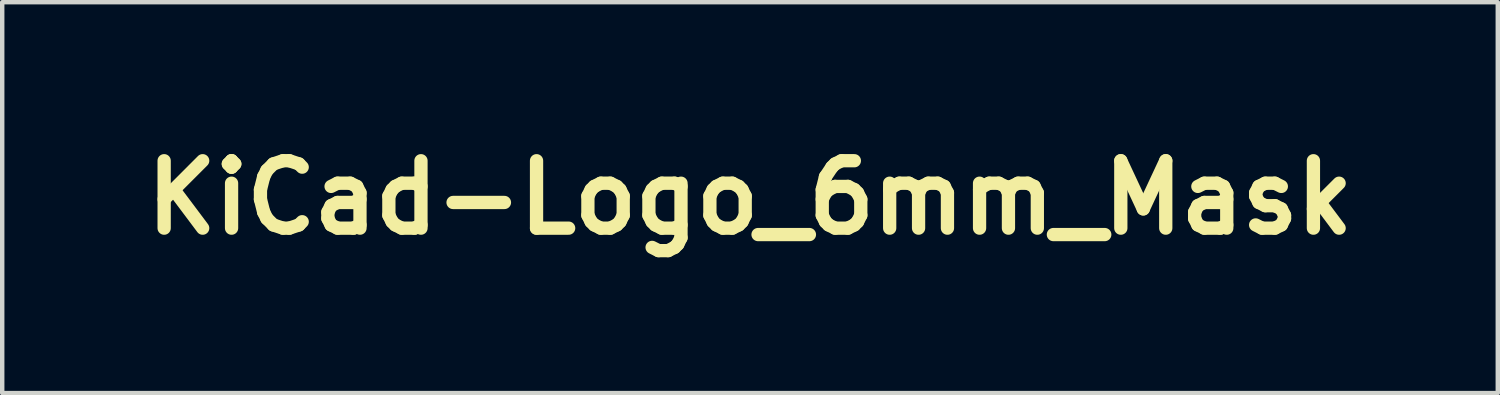
<source format=kicad_pcb>
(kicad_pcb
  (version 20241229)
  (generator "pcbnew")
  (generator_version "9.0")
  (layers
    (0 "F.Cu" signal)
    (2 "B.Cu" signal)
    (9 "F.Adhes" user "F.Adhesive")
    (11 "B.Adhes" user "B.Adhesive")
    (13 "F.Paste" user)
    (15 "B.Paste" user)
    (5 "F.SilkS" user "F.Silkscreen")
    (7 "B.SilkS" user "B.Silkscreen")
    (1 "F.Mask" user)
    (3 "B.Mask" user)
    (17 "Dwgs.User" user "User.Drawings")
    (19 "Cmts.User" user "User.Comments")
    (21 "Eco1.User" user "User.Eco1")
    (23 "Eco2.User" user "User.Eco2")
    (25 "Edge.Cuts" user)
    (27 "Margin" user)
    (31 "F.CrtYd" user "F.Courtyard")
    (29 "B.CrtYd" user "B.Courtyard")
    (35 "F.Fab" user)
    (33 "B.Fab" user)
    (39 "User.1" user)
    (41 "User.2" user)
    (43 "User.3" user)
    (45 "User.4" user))
  (footprint "KiCad-Logo_6mm_Mask"
    (layer "F.Cu")
    (at 13.905 1.418)
    (property "Reference" "KiCad-Logo_6mm_Mask" (at 0 0 0) (layer "F.SilkS") (effects (font (size 1.524 1.524) (thickness 0.3))))
    (attr board_only exclude_from_pos_files exclude_from_bom)
    (fp_poly (pts (xy -1.115 -1.176) (xy -1.104 -1.175) (xy -1.095 -1.175) (xy -1.088 -1.174) (xy -1.082 -1.173) (xy -1.074 -1.172) (xy -1.065 -1.169) (xy -1.064 -1.169) (xy -1.037 -1.16) (xy -1.012 -1.149) (xy -0.989 -1.135) (xy -0.969 -1.119) (xy -0.951 -1.099) (xy -0.935 -1.078) (xy -0.922 -1.055) (xy -0.91 -1.028) (xy -0.902 -1.002) (xy -0.897 -0.975) (xy -0.896 -0.948) (xy -0.898 -0.922) (xy -0.903 -0.896) (xy -0.911 -0.871) (xy -0.923 -0.847) (xy -0.938 -0.824) (xy -0.956 -0.802) (xy -0.957 -0.8) (xy -0.976 -0.782) (xy -0.997 -0.767) (xy -1.019 -0.753) (xy -1.042 -0.743) (xy -1.067 -0.735) (xy -1.092 -0.729) (xy -1.116 -0.727) (xy -1.139 -0.728) (xy -1.147 -0.729) (xy -1.153 -0.73) (xy -1.159 -0.731) (xy -1.164 -0.732) (xy -1.17 -0.734) (xy -1.177 -0.736) (xy -1.187 -0.739) (xy -1.191 -0.74) (xy -1.215 -0.75) (xy -1.236 -0.761) (xy -1.255 -0.774) (xy -1.273 -0.79) (xy -1.275 -0.792) (xy -1.284 -0.801) (xy -1.293 -0.812) (xy -1.302 -0.824) (xy -1.311 -0.836) (xy -1.318 -0.847) (xy -1.324 -0.856) (xy -1.324 -0.857) (xy -1.333 -0.877) (xy -1.339 -0.896) (xy -1.341 -0.91) (xy -1.342 -0.921) (xy -1.343 -0.935) (xy -1.343 -0.951) (xy -1.342 -0.966) (xy -1.341 -0.982) (xy -1.34 -0.996) (xy -1.338 -1.008) (xy -1.338 -1.008) (xy -1.332 -1.03) (xy -1.322 -1.052) (xy -1.309 -1.074) (xy -1.293 -1.094) (xy -1.274 -1.115) (xy -1.266 -1.121) (xy -1.247 -1.137) (xy -1.228 -1.15) (xy -1.208 -1.159) (xy -1.193 -1.165) (xy -1.179 -1.169) (xy -1.166 -1.172) (xy -1.153 -1.174) (xy -1.138 -1.175) (xy -1.121 -1.176)) (stroke (width 0) (type solid)) (fill yes) (layer "F.Mask"))
    (fp_poly (pts (xy 0.154 -0.733) (xy 0.195 -0.729) (xy 0.222 -0.725) (xy 0.248 -0.72) (xy 0.274 -0.714) (xy 0.301 -0.707) (xy 0.328 -0.699) (xy 0.356 -0.689) (xy 0.385 -0.678) (xy 0.416 -0.665) (xy 0.449 -0.651) (xy 0.484 -0.634) (xy 0.5 -0.627) (xy 0.513 -0.621) (xy 0.526 -0.615) (xy 0.539 -0.609) (xy 0.55 -0.604) (xy 0.561 -0.6) (xy 0.569 -0.597) (xy 0.575 -0.595) (xy 0.579 -0.594) (xy 0.579 -0.594) (xy 0.582 -0.592) (xy 0.583 -0.591) (xy 0.584 -0.589) (xy 0.583 -0.586) (xy 0.581 -0.58) (xy 0.58 -0.579) (xy 0.577 -0.575) (xy 0.573 -0.568) (xy 0.568 -0.559) (xy 0.56 -0.548) (xy 0.552 -0.535) (xy 0.543 -0.521) (xy 0.532 -0.506) (xy 0.521 -0.489) (xy 0.51 -0.472) (xy 0.498 -0.455) (xy 0.486 -0.437) (xy 0.475 -0.42) (xy 0.463 -0.402) (xy 0.452 -0.386) (xy 0.441 -0.37) (xy 0.431 -0.356) (xy 0.422 -0.343) (xy 0.414 -0.332) (xy 0.408 -0.322) (xy 0.403 -0.315) (xy 0.399 -0.311) (xy 0.399 -0.31) (xy 0.396 -0.308) (xy 0.394 -0.307) (xy 0.391 -0.308) (xy 0.386 -0.31) (xy 0.381 -0.315) (xy 0.373 -0.321) (xy 0.371 -0.323) (xy 0.35 -0.341) (xy 0.33 -0.356) (xy 0.312 -0.37) (xy 0.294 -0.381) (xy 0.276 -0.39) (xy 0.259 -0.398) (xy 0.241 -0.404) (xy 0.234 -0.406) (xy 0.205 -0.414) (xy 0.173 -0.419) (xy 0.14 -0.422) (xy 0.139 -0.422) (xy 0.13 -0.422) (xy 0.122 -0.422) (xy 0.114 -0.422) (xy 0.105 -0.421) (xy 0.093 -0.419) (xy 0.088 -0.418) (xy 0.056 -0.412) (xy 0.025 -0.403) (xy -0.003 -0.392) (xy -0.029 -0.377) (xy -0.054 -0.36) (xy -0.077 -0.34) (xy -0.098 -0.317) (xy -0.117 -0.291) (xy -0.134 -0.263) (xy -0.151 -0.231) (xy -0.166 -0.197) (xy -0.179 -0.16) (xy -0.19 -0.122) (xy -0.199 -0.081) (xy -0.206 -0.038) (xy -0.212 0.008) (xy -0.215 0.041) (xy -0.217 0.087) (xy -0.217 0.134) (xy -0.215 0.18) (xy -0.211 0.225) (xy -0.205 0.27) (xy -0.198 0.312) (xy -0.188 0.353) (xy -0.176 0.392) (xy -0.171 0.407) (xy -0.166 0.42) (xy -0.162 0.43) (xy -0.158 0.44) (xy -0.154 0.449) (xy -0.149 0.458) (xy -0.143 0.468) (xy -0.136 0.48) (xy -0.116 0.509) (xy -0.095 0.535) (xy -0.072 0.559) (xy -0.047 0.58) (xy -0.02 0.598) (xy 0.008 0.614) (xy 0.036 0.625) (xy 0.047 0.629) (xy 0.056 0.632) (xy 0.064 0.634) (xy 0.073 0.636) (xy 0.083 0.638) (xy 0.093 0.639) (xy 0.109 0.641) (xy 0.122 0.642) (xy 0.131 0.643) (xy 0.135 0.643) (xy 0.141 0.642) (xy 0.15 0.641) (xy 0.159 0.641) (xy 0.169 0.64) (xy 0.177 0.639) (xy 0.184 0.638) (xy 0.19 0.638) (xy 0.195 0.637) (xy 0.201 0.635) (xy 0.209 0.634) (xy 0.218 0.631) (xy 0.226 0.629) (xy 0.253 0.62) (xy 0.28 0.609) (xy 0.307 0.595) (xy 0.335 0.578) (xy 0.361 0.559) (xy 0.387 0.538) (xy 0.412 0.516) (xy 0.413 0.515) (xy 0.419 0.509) (xy 0.423 0.506) (xy 0.426 0.504) (xy 0.428 0.504) (xy 0.429 0.504) (xy 0.43 0.506) (xy 0.433 0.51) (xy 0.437 0.517) (xy 0.443 0.526) (xy 0.449 0.536) (xy 0.457 0.549) (xy 0.466 0.563) (xy 0.475 0.578) (xy 0.485 0.594) (xy 0.495 0.611) (xy 0.506 0.628) (xy 0.516 0.645) (xy 0.527 0.662) (xy 0.537 0.679) (xy 0.547 0.695) (xy 0.556 0.711) (xy 0.564 0.725) (xy 0.572 0.738) (xy 0.579 0.749) (xy 0.58 0.752) (xy 0.586 0.761) (xy 0.591 0.77) (xy 0.596 0.778) (xy 0.599 0.784) (xy 0.602 0.787) (xy 0.602 0.787) (xy 0.604 0.792) (xy 0.605 0.794) (xy 0.604 0.797) (xy 0.603 0.798) (xy 0.6 0.801) (xy 0.594 0.806) (xy 0.585 0.811) (xy 0.573 0.818) (xy 0.559 0.826) (xy 0.542 0.835) (xy 0.523 0.845) (xy 0.501 0.856) (xy 0.497 0.858) (xy 0.475 0.87) (xy 0.455 0.879) (xy 0.437 0.888) (xy 0.421 0.895) (xy 0.406 0.901) (xy 0.392 0.907) (xy 0.378 0.912) (xy 0.365 0.917) (xy 0.351 0.921) (xy 0.338 0.925) (xy 0.297 0.935) (xy 0.256 0.943) (xy 0.215 0.949) (xy 0.172 0.953) (xy 0.128 0.954) (xy 0.111 0.954) (xy 0.096 0.954) (xy 0.08 0.954) (xy 0.064 0.954) (xy 0.048 0.953) (xy 0.035 0.953) (xy 0.027 0.953) (xy 0.015 0.952) (xy 0.005 0.951) (xy -0.005 0.95) (xy -0.014 0.949) (xy -0.023 0.948) (xy -0.035 0.946) (xy -0.046 0.943) (xy -0.082 0.935) (xy -0.119 0.924) (xy -0.157 0.91) (xy -0.194 0.895) (xy -0.23 0.878) (xy -0.246 0.869) (xy -0.261 0.861) (xy -0.274 0.853) (xy -0.287 0.845) (xy -0.299 0.837) (xy -0.311 0.828) (xy -0.324 0.817) (xy -0.339 0.805) (xy -0.343 0.801) (xy -0.373 0.774) (xy -0.403 0.744) (xy -0.432 0.712) (xy -0.459 0.677) (xy -0.484 0.641) (xy -0.502 0.614) (xy -0.51 0.6) (xy -0.519 0.585) (xy -0.528 0.568) (xy -0.537 0.551) (xy -0.545 0.535) (xy -0.553 0.519) (xy -0.56 0.505) (xy -0.562 0.5) (xy -0.567 0.489) (xy -0.572 0.476) (xy -0.577 0.461) (xy -0.582 0.444) (xy -0.588 0.426) (xy -0.593 0.408) (xy -0.597 0.395) (xy -0.61 0.344) (xy -0.619 0.291) (xy -0.627 0.237) (xy -0.631 0.182) (xy -0.633 0.127) (xy -0.632 0.072) (xy -0.629 0.017) (xy -0.623 -0.038) (xy -0.615 -0.091) (xy -0.604 -0.144) (xy -0.59 -0.195) (xy -0.574 -0.244) (xy -0.568 -0.26) (xy -0.549 -0.305) (xy -0.526 -0.349) (xy -0.501 -0.391) (xy -0.472 -0.432) (xy -0.441 -0.472) (xy -0.406 -0.51) (xy -0.369 -0.546) (xy -0.328 -0.581) (xy -0.298 -0.604) (xy -0.261 -0.63) (xy -0.221 -0.653) (xy -0.18 -0.673) (xy -0.137 -0.691) (xy -0.093 -0.706) (xy -0.048 -0.718) (xy -0.017 -0.724) (xy 0.024 -0.73) (xy 0.067 -0.734) (xy 0.111 -0.735)) (stroke (width 0) (type solid)) (fill yes) (layer "F.Mask"))
    (fp_poly (pts (xy 2.682 -0.811) (xy 2.717 -0.811) (xy 2.734 -0.811) (xy 2.952 -0.81) (xy 2.953 -0.039) (xy 2.953 0.023) (xy 2.953 0.082) (xy 2.953 0.138) (xy 2.953 0.19) (xy 2.953 0.24) (xy 2.954 0.286) (xy 2.954 0.33) (xy 2.954 0.371) (xy 2.954 0.41) (xy 2.954 0.446) (xy 2.954 0.479) (xy 2.954 0.51) (xy 2.954 0.539) (xy 2.954 0.566) (xy 2.954 0.591) (xy 2.954 0.614) (xy 2.955 0.635) (xy 2.955 0.654) (xy 2.955 0.672) (xy 2.955 0.688) (xy 2.955 0.703) (xy 2.955 0.716) (xy 2.956 0.728) (xy 2.956 0.739) (xy 2.956 0.749) (xy 2.956 0.758) (xy 2.957 0.766) (xy 2.957 0.774) (xy 2.957 0.78) (xy 2.958 0.787) (xy 2.958 0.792) (xy 2.958 0.798) (xy 2.959 0.803) (xy 2.959 0.808) (xy 2.96 0.813) (xy 2.96 0.818) (xy 2.961 0.823) (xy 2.961 0.825) (xy 2.962 0.837) (xy 2.963 0.847) (xy 2.965 0.856) (xy 2.967 0.864) (xy 2.97 0.872) (xy 2.974 0.881) (xy 2.979 0.891) (xy 2.986 0.903) (xy 2.993 0.916) (xy 2.997 0.923) (xy 2.999 0.929) (xy 3 0.932) (xy 3 0.933) (xy 2.998 0.933) (xy 2.993 0.933) (xy 2.984 0.933) (xy 2.973 0.933) (xy 2.959 0.934) (xy 2.942 0.934) (xy 2.922 0.934) (xy 2.9 0.934) (xy 2.876 0.934) (xy 2.849 0.934) (xy 2.821 0.934) (xy 2.792 0.934) (xy 2.587 0.933) (xy 2.587 0.908) (xy 2.587 0.894) (xy 2.586 0.881) (xy 2.586 0.87) (xy 2.585 0.86) (xy 2.585 0.852) (xy 2.584 0.847) (xy 2.583 0.845) (xy 2.583 0.845) (xy 2.581 0.846) (xy 2.577 0.849) (xy 2.572 0.853) (xy 2.572 0.854) (xy 2.562 0.861) (xy 2.551 0.87) (xy 2.539 0.878) (xy 2.527 0.886) (xy 2.515 0.894) (xy 2.504 0.9) (xy 2.495 0.905) (xy 2.491 0.907) (xy 2.486 0.909) (xy 2.48 0.912) (xy 2.474 0.915) (xy 2.449 0.926) (xy 2.426 0.934) (xy 2.402 0.941) (xy 2.378 0.946) (xy 2.358 0.949) (xy 2.349 0.95) (xy 2.337 0.95) (xy 2.323 0.951) (xy 2.308 0.952) (xy 2.292 0.952) (xy 2.276 0.952) (xy 2.26 0.952) (xy 2.246 0.952) (xy 2.234 0.952) (xy 2.224 0.951) (xy 2.222 0.951) (xy 2.209 0.95) (xy 2.195 0.946) (xy 2.178 0.942) (xy 2.161 0.937) (xy 2.143 0.932) (xy 2.126 0.925) (xy 2.109 0.919) (xy 2.102 0.916) (xy 2.068 0.899) (xy 2.037 0.879) (xy 2.006 0.856) (xy 1.978 0.831) (xy 1.952 0.803) (xy 1.928 0.772) (xy 1.906 0.738) (xy 1.886 0.702) (xy 1.867 0.663) (xy 1.854 0.628) (xy 1.843 0.594) (xy 1.834 0.558) (xy 1.827 0.519) (xy 1.821 0.479) (xy 1.818 0.436) (xy 1.816 0.393) (xy 1.816 0.354) (xy 2.217 0.354) (xy 2.218 0.379) (xy 2.218 0.402) (xy 2.219 0.425) (xy 2.22 0.445) (xy 2.222 0.462) (xy 2.223 0.47) (xy 2.224 0.476) (xy 2.226 0.485) (xy 2.228 0.495) (xy 2.231 0.506) (xy 2.233 0.514) (xy 2.241 0.54) (xy 2.251 0.563) (xy 2.262 0.584) (xy 2.275 0.603) (xy 2.289 0.618) (xy 2.299 0.627) (xy 2.306 0.632) (xy 2.311 0.636) (xy 2.317 0.639) (xy 2.323 0.642) (xy 2.331 0.645) (xy 2.335 0.647) (xy 2.35 0.651) (xy 2.367 0.654) (xy 2.385 0.655) (xy 2.406 0.654) (xy 2.413 0.653) (xy 2.436 0.649) (xy 2.458 0.644) (xy 2.478 0.638) (xy 2.499 0.629) (xy 2.52 0.618) (xy 2.543 0.604) (xy 2.545 0.602) (xy 2.565 0.59) (xy 2.565 0.317) (xy 2.565 0.044) (xy 2.55 0.034) (xy 2.526 0.02) (xy 2.502 0.008) (xy 2.48 -0.001) (xy 2.457 -0.007) (xy 2.436 -0.011) (xy 2.415 -0.013) (xy 2.394 -0.013) (xy 2.373 -0.01) (xy 2.354 -0.006) (xy 2.337 0.000497) (xy 2.336 0.001) (xy 2.322 0.009) (xy 2.309 0.02) (xy 2.295 0.033) (xy 2.283 0.048) (xy 2.271 0.065) (xy 2.269 0.069) (xy 2.26 0.087) (xy 2.251 0.108) (xy 2.243 0.132) (xy 2.236 0.157) (xy 2.23 0.182) (xy 2.226 0.208) (xy 2.223 0.233) (xy 2.221 0.255) (xy 2.219 0.278) (xy 2.218 0.303) (xy 2.218 0.328) (xy 2.217 0.354) (xy 1.816 0.354) (xy 1.816 0.35) (xy 1.817 0.325) (xy 1.817 0.303) (xy 1.818 0.284) (xy 1.819 0.266) (xy 1.821 0.248) (xy 1.822 0.231) (xy 1.824 0.214) (xy 1.825 0.208) (xy 1.829 0.173) (xy 1.835 0.138) (xy 1.843 0.103) (xy 1.852 0.069) (xy 1.861 0.036) (xy 1.872 0.005) (xy 1.883 -0.023) (xy 1.886 -0.03) (xy 1.903 -0.064) (xy 1.921 -0.096) (xy 1.94 -0.125) (xy 1.961 -0.152) (xy 1.984 -0.177) (xy 2.008 -0.2) (xy 2.019 -0.209) (xy 2.027 -0.216) (xy 2.034 -0.222) (xy 2.041 -0.227) (xy 2.049 -0.232) (xy 2.057 -0.237) (xy 2.067 -0.242) (xy 2.077 -0.248) (xy 2.107 -0.263) (xy 2.139 -0.276) (xy 2.171 -0.286) (xy 2.203 -0.292) (xy 2.232 -0.296) (xy 2.263 -0.297) (xy 2.295 -0.298) (xy 2.326 -0.296) (xy 2.356 -0.294) (xy 2.384 -0.29) (xy 2.4 -0.287) (xy 2.429 -0.28) (xy 2.455 -0.272) (xy 2.478 -0.263) (xy 2.5 -0.252) (xy 2.521 -0.239) (xy 2.531 -0.232) (xy 2.538 -0.227) (xy 2.545 -0.222) (xy 2.551 -0.217) (xy 2.555 -0.215) (xy 2.559 -0.212) (xy 2.562 -0.211) (xy 2.563 -0.211) (xy 2.563 -0.213) (xy 2.563 -0.218) (xy 2.563 -0.226) (xy 2.563 -0.237) (xy 2.563 -0.25) (xy 2.564 -0.265) (xy 2.564 -0.282) (xy 2.564 -0.3) (xy 2.564 -0.32) (xy 2.564 -0.342) (xy 2.564 -0.363) (xy 2.564 -0.386) (xy 2.564 -0.409) (xy 2.564 -0.432) (xy 2.564 -0.455) (xy 2.564 -0.477) (xy 2.564 -0.498) (xy 2.564 -0.519) (xy 2.563 -0.538) (xy 2.563 -0.556) (xy 2.563 -0.573) (xy 2.563 -0.587) (xy 2.563 -0.597) (xy 2.562 -0.623) (xy 2.562 -0.646) (xy 2.561 -0.666) (xy 2.56 -0.683) (xy 2.558 -0.698) (xy 2.557 -0.711) (xy 2.555 -0.723) (xy 2.553 -0.733) (xy 2.55 -0.742) (xy 2.548 -0.748) (xy 2.545 -0.756) (xy 2.54 -0.766) (xy 2.535 -0.776) (xy 2.529 -0.787) (xy 2.523 -0.796) (xy 2.52 -0.8) (xy 2.517 -0.805) (xy 2.515 -0.808) (xy 2.515 -0.809) (xy 2.517 -0.81) (xy 2.522 -0.81) (xy 2.53 -0.81) (xy 2.541 -0.81) (xy 2.556 -0.81) (xy 2.575 -0.81) (xy 2.596 -0.811) (xy 2.621 -0.811) (xy 2.65 -0.811)) (stroke (width 0) (type solid)) (fill yes) (layer "F.Mask"))
    (fp_poly (pts (xy 1.201 -0.299) (xy 1.219 -0.299) (xy 1.235 -0.298) (xy 1.24 -0.298) (xy 1.281 -0.295) (xy 1.32 -0.29) (xy 1.356 -0.284) (xy 1.389 -0.276) (xy 1.421 -0.266) (xy 1.439 -0.259) (xy 1.472 -0.245) (xy 1.502 -0.228) (xy 1.53 -0.209) (xy 1.555 -0.188) (xy 1.577 -0.165) (xy 1.597 -0.14) (xy 1.615 -0.112) (xy 1.63 -0.082) (xy 1.643 -0.049) (xy 1.646 -0.039) (xy 1.65 -0.029) (xy 1.653 -0.018) (xy 1.656 -0.008) (xy 1.659 0.002) (xy 1.661 0.012) (xy 1.664 0.023) (xy 1.666 0.034) (xy 1.667 0.045) (xy 1.669 0.057) (xy 1.671 0.071) (xy 1.672 0.085) (xy 1.673 0.101) (xy 1.674 0.118) (xy 1.675 0.137) (xy 1.676 0.158) (xy 1.677 0.18) (xy 1.677 0.205) (xy 1.678 0.233) (xy 1.678 0.262) (xy 1.679 0.295) (xy 1.679 0.33) (xy 1.68 0.368) (xy 1.68 0.41) (xy 1.68 0.423) (xy 1.68 0.464) (xy 1.681 0.502) (xy 1.681 0.536) (xy 1.681 0.568) (xy 1.682 0.598) (xy 1.682 0.624) (xy 1.682 0.648) (xy 1.683 0.67) (xy 1.683 0.69) (xy 1.683 0.708) (xy 1.683 0.724) (xy 1.684 0.739) (xy 1.684 0.752) (xy 1.684 0.764) (xy 1.685 0.775) (xy 1.685 0.785) (xy 1.685 0.795) (xy 1.686 0.804) (xy 1.686 0.807) (xy 1.687 0.825) (xy 1.688 0.84) (xy 1.689 0.852) (xy 1.691 0.862) (xy 1.693 0.871) (xy 1.696 0.879) (xy 1.699 0.885) (xy 1.703 0.892) (xy 1.707 0.899) (xy 1.709 0.9) (xy 1.714 0.908) (xy 1.718 0.915) (xy 1.722 0.921) (xy 1.724 0.925) (xy 1.724 0.928) (xy 1.724 0.929) (xy 1.723 0.929) (xy 1.72 0.93) (xy 1.716 0.93) (xy 1.71 0.931) (xy 1.703 0.931) (xy 1.693 0.931) (xy 1.682 0.932) (xy 1.668 0.932) (xy 1.652 0.932) (xy 1.633 0.932) (xy 1.611 0.933) (xy 1.587 0.933) (xy 1.56 0.933) (xy 1.529 0.933) (xy 1.499 0.934) (xy 1.316 0.935) (xy 1.315 0.914) (xy 1.315 0.903) (xy 1.314 0.89) (xy 1.314 0.878) (xy 1.314 0.872) (xy 1.314 0.864) (xy 1.313 0.857) (xy 1.313 0.851) (xy 1.312 0.849) (xy 1.311 0.848) (xy 1.309 0.849) (xy 1.304 0.852) (xy 1.298 0.857) (xy 1.297 0.857) (xy 1.279 0.872) (xy 1.258 0.886) (xy 1.236 0.899) (xy 1.214 0.911) (xy 1.192 0.922) (xy 1.171 0.931) (xy 1.166 0.932) (xy 1.151 0.937) (xy 1.136 0.941) (xy 1.121 0.945) (xy 1.104 0.947) (xy 1.087 0.949) (xy 1.067 0.951) (xy 1.045 0.952) (xy 1.021 0.952) (xy 1.007 0.952) (xy 0.993 0.952) (xy 0.981 0.952) (xy 0.97 0.952) (xy 0.961 0.952) (xy 0.955 0.951) (xy 0.955 0.951) (xy 0.946 0.95) (xy 0.935 0.948) (xy 0.921 0.945) (xy 0.907 0.941) (xy 0.904 0.94) (xy 0.868 0.929) (xy 0.836 0.917) (xy 0.806 0.903) (xy 0.779 0.887) (xy 0.752 0.868) (xy 0.727 0.847) (xy 0.703 0.824) (xy 0.682 0.8) (xy 0.664 0.775) (xy 0.652 0.755) (xy 0.648 0.747) (xy 0.644 0.739) (xy 0.64 0.733) (xy 0.638 0.728) (xy 0.637 0.728) (xy 0.636 0.723) (xy 0.633 0.717) (xy 0.63 0.708) (xy 0.626 0.698) (xy 0.622 0.687) (xy 0.619 0.676) (xy 0.616 0.666) (xy 0.613 0.657) (xy 0.611 0.65) (xy 0.611 0.649) (xy 0.609 0.638) (xy 0.607 0.626) (xy 0.605 0.615) (xy 0.604 0.602) (xy 0.604 0.587) (xy 0.604 0.571) (xy 0.604 0.562) (xy 0.972 0.562) (xy 0.974 0.58) (xy 0.979 0.596) (xy 0.986 0.611) (xy 0.995 0.625) (xy 1.002 0.634) (xy 1.017 0.648) (xy 1.032 0.659) (xy 1.049 0.668) (xy 1.068 0.674) (xy 1.089 0.678) (xy 1.093 0.678) (xy 1.101 0.679) (xy 1.111 0.679) (xy 1.122 0.679) (xy 1.134 0.678) (xy 1.147 0.678) (xy 1.158 0.677) (xy 1.168 0.676) (xy 1.175 0.675) (xy 1.176 0.675) (xy 1.188 0.672) (xy 1.2 0.668) (xy 1.213 0.661) (xy 1.228 0.653) (xy 1.23 0.652) (xy 1.247 0.641) (xy 1.263 0.626) (xy 1.279 0.609) (xy 1.282 0.605) (xy 1.294 0.59) (xy 1.293 0.502) (xy 1.293 0.482) (xy 1.293 0.464) (xy 1.292 0.449) (xy 1.292 0.437) (xy 1.292 0.427) (xy 1.291 0.419) (xy 1.291 0.413) (xy 1.29 0.409) (xy 1.289 0.406) (xy 1.288 0.403) (xy 1.286 0.402) (xy 1.284 0.401) (xy 1.282 0.401) (xy 1.282 0.401) (xy 1.279 0.401) (xy 1.272 0.4) (xy 1.264 0.4) (xy 1.253 0.4) (xy 1.241 0.4) (xy 1.227 0.4) (xy 1.217 0.4) (xy 1.201 0.4) (xy 1.188 0.4) (xy 1.178 0.4) (xy 1.169 0.4) (xy 1.161 0.401) (xy 1.155 0.401) (xy 1.148 0.402) (xy 1.142 0.403) (xy 1.135 0.404) (xy 1.133 0.404) (xy 1.104 0.41) (xy 1.078 0.418) (xy 1.055 0.428) (xy 1.034 0.44) (xy 1.017 0.454) (xy 1.001 0.469) (xy 0.989 0.486) (xy 0.98 0.505) (xy 0.979 0.506) (xy 0.977 0.514) (xy 0.975 0.521) (xy 0.974 0.527) (xy 0.973 0.535) (xy 0.972 0.542) (xy 0.972 0.562) (xy 0.604 0.562) (xy 0.604 0.553) (xy 0.604 0.53) (xy 0.605 0.509) (xy 0.606 0.49) (xy 0.608 0.473) (xy 0.61 0.457) (xy 0.614 0.442) (xy 0.619 0.428) (xy 0.624 0.412) (xy 0.631 0.396) (xy 0.634 0.388) (xy 0.64 0.377) (xy 0.648 0.364) (xy 0.657 0.35) (xy 0.666 0.336) (xy 0.676 0.323) (xy 0.686 0.311) (xy 0.706 0.29) (xy 0.728 0.27) (xy 0.753 0.251) (xy 0.781 0.233) (xy 0.81 0.216) (xy 0.841 0.201) (xy 0.872 0.188) (xy 0.897 0.18) (xy 0.909 0.176) (xy 0.92 0.173) (xy 0.931 0.17) (xy 0.94 0.168) (xy 0.946 0.166) (xy 0.967 0.162) (xy 0.99 0.158) (xy 1.016 0.155) (xy 1.043 0.152) (xy 1.071 0.149) (xy 1.1 0.147) (xy 1.121 0.145) (xy 1.134 0.145) (xy 1.149 0.144) (xy 1.166 0.144) (xy 1.185 0.144) (xy 1.204 0.144) (xy 1.223 0.145) (xy 1.241 0.145) (xy 1.258 0.145) (xy 1.273 0.146) (xy 1.282 0.147) (xy 1.299 0.148) (xy 1.298 0.135) (xy 1.296 0.12) (xy 1.293 0.103) (xy 1.289 0.087) (xy 1.284 0.07) (xy 1.28 0.056) (xy 1.275 0.043) (xy 1.272 0.038) (xy 1.263 0.023) (xy 1.251 0.009) (xy 1.239 -0.003) (xy 1.237 -0.004) (xy 1.223 -0.013) (xy 1.209 -0.02) (xy 1.193 -0.026) (xy 1.175 -0.03) (xy 1.17 -0.03) (xy 1.162 -0.032) (xy 1.155 -0.033) (xy 1.148 -0.033) (xy 1.141 -0.033) (xy 1.132 -0.033) (xy 1.121 -0.033) (xy 1.118 -0.032) (xy 1.086 -0.03) (xy 1.052 -0.025) (xy 1.018 -0.017) (xy 0.983 -0.008) (xy 0.949 0.003) (xy 0.924 0.012) (xy 0.906 0.02) (xy 0.89 0.026) (xy 0.877 0.031) (xy 0.867 0.035) (xy 0.86 0.038) (xy 0.854 0.04) (xy 0.851 0.041) (xy 0.85 0.041) (xy 0.847 0.04) (xy 0.844 0.037) (xy 0.844 0.037) (xy 0.841 0.032) (xy 0.837 0.025) (xy 0.832 0.015) (xy 0.826 0.004) (xy 0.82 -0.008) (xy 0.814 -0.022) (xy 0.81 -0.033) (xy 0.8 -0.055) (xy 0.792 -0.074) (xy 0.785 -0.092) (xy 0.778 -0.106) (xy 0.773 -0.12) (xy 0.768 -0.131) (xy 0.764 -0.141) (xy 0.76 -0.151) (xy 0.756 -0.16) (xy 0.753 -0.169) (xy 0.749 -0.178) (xy 0.749 -0.178) (xy 0.745 -0.189) (xy 0.741 -0.198) (xy 0.738 -0.206) (xy 0.735 -0.213) (xy 0.734 -0.216) (xy 0.734 -0.217) (xy 0.735 -0.219) (xy 0.737 -0.22) (xy 0.742 -0.222) (xy 0.749 -0.223) (xy 0.759 -0.225) (xy 0.76 -0.225) (xy 0.77 -0.227) (xy 0.782 -0.228) (xy 0.793 -0.231) (xy 0.806 -0.233) (xy 0.82 -0.236) (xy 0.836 -0.24) (xy 0.853 -0.244) (xy 0.873 -0.248) (xy 0.896 -0.254) (xy 0.918 -0.259) (xy 0.95 -0.267) (xy 0.979 -0.274) (xy 1.006 -0.279) (xy 1.029 -0.284) (xy 1.051 -0.288) (xy 1.07 -0.292) (xy 1.087 -0.294) (xy 1.101 -0.296) (xy 1.113 -0.297) (xy 1.128 -0.298) (xy 1.146 -0.298) (xy 1.164 -0.299) (xy 1.183 -0.299)) (stroke (width 0) (type solid)) (fill yes) (layer "F.Mask"))
    (fp_poly (pts (xy -1.405 -0.972) (xy -1.404 -0.96) (xy -1.404 -0.947) (xy -1.403 -0.933) (xy -1.402 -0.922) (xy -1.402 -0.92) (xy -1.398 -0.892) (xy -1.39 -0.864) (xy -1.379 -0.837) (xy -1.366 -0.811) (xy -1.35 -0.786) (xy -1.333 -0.764) (xy -1.313 -0.744) (xy -1.309 -0.741) (xy -1.284 -0.721) (xy -1.257 -0.704) (xy -1.229 -0.69) (xy -1.201 -0.68) (xy -1.171 -0.672) (xy -1.165 -0.671) (xy -1.154 -0.67) (xy -1.145 -0.668) (xy -1.138 -0.668) (xy -1.13 -0.668) (xy -1.121 -0.668) (xy -1.114 -0.668) (xy -1.082 -0.671) (xy -1.051 -0.677) (xy -1.021 -0.686) (xy -0.993 -0.698) (xy -0.967 -0.713) (xy -0.942 -0.731) (xy -0.919 -0.751) (xy -0.899 -0.774) (xy -0.881 -0.799) (xy -0.873 -0.81) (xy -0.861 -0.835) (xy -0.85 -0.861) (xy -0.843 -0.889) (xy -0.837 -0.919) (xy -0.834 -0.952) (xy -0.834 -0.965) (xy -0.833 -0.998) (xy -0.811 -0.999) (xy -0.802 -0.999) (xy -0.796 -0.999) (xy -0.791 -0.998) (xy -0.787 -0.998) (xy -0.783 -0.996) (xy -0.781 -0.995) (xy -0.776 -0.992) (xy -0.77 -0.988) (xy -0.763 -0.982) (xy -0.758 -0.977) (xy -0.743 -0.963) (xy -0.743 -0.059) (xy -0.743 0.02) (xy -0.743 0.096) (xy -0.743 0.169) (xy -0.743 0.239) (xy -0.743 0.306) (xy -0.743 0.369) (xy -0.743 0.429) (xy -0.743 0.487) (xy -0.743 0.541) (xy -0.743 0.593) (xy -0.743 0.641) (xy -0.743 0.687) (xy -0.743 0.731) (xy -0.743 0.771) (xy -0.744 0.81) (xy -0.744 0.845) (xy -0.744 0.878) (xy -0.744 0.909) (xy -0.744 0.938) (xy -0.744 0.964) (xy -0.745 0.988) (xy -0.745 1.01) (xy -0.745 1.03) (xy -0.745 1.048) (xy -0.745 1.064) (xy -0.746 1.078) (xy -0.746 1.09) (xy -0.746 1.1) (xy -0.747 1.109) (xy -0.747 1.116) (xy -0.747 1.122) (xy -0.748 1.126) (xy -0.748 1.126) (xy -0.75 1.14) (xy -0.754 1.15) (xy -0.759 1.157) (xy -0.766 1.162) (xy -0.769 1.163) (xy -0.78 1.166) (xy -0.793 1.168) (xy -0.81 1.17) (xy -0.83 1.171) (xy -0.849 1.172) (xy -0.859 1.172) (xy -0.873 1.173) (xy -0.89 1.173) (xy -0.91 1.173) (xy -0.934 1.174) (xy -0.96 1.174) (xy -0.988 1.174) (xy -1.02 1.175) (xy -1.054 1.175) (xy -1.091 1.175) (xy -1.13 1.175) (xy -1.171 1.176) (xy -1.214 1.176) (xy -1.26 1.176) (xy -1.308 1.176) (xy -1.357 1.176) (xy -1.408 1.176) (xy -1.461 1.176) (xy -1.515 1.177) (xy -1.571 1.177) (xy -1.628 1.177) (xy -1.687 1.177) (xy -1.746 1.177) (xy -1.807 1.177) (xy -1.868 1.177) (xy -1.931 1.177) (xy -1.994 1.177) (xy -2.057 1.177) (xy -2.122 1.176) (xy -2.186 1.176) (xy -2.251 1.176) (xy -2.317 1.176) (xy -2.382 1.176) (xy -2.447 1.176) (xy -2.512 1.175) (xy -2.567 1.175) (xy -2.611 1.175) (xy -2.652 1.175) (xy -2.689 1.175) (xy -2.724 1.175) (xy -2.755 1.174) (xy -2.784 1.174) (xy -2.81 1.174) (xy -2.833 1.174) (xy -2.854 1.173) (xy -2.873 1.173) (xy -2.89 1.173) (xy -2.904 1.172) (xy -2.917 1.172) (xy -2.927 1.172) (xy -2.936 1.171) (xy -2.944 1.171) (xy -2.95 1.17) (xy -2.955 1.17) (xy -2.958 1.169) (xy -2.961 1.169) (xy -2.961 1.169) (xy -2.969 1.166) (xy -2.975 1.163) (xy -2.98 1.159) (xy -2.984 1.154) (xy -2.987 1.147) (xy -2.989 1.138) (xy -2.991 1.126) (xy -2.992 1.121) (xy -2.992 1.117) (xy -2.992 1.113) (xy -2.993 1.109) (xy -2.993 1.105) (xy -2.994 1.1) (xy -2.994 1.095) (xy -2.994 1.09) (xy -2.995 1.083) (xy -2.995 1.076) (xy -2.995 1.068) (xy -2.996 1.06) (xy -2.996 1.05) (xy -2.996 1.039) (xy -2.996 1.028) (xy -2.997 1.015) (xy -2.997 1) (xy -2.997 0.984) (xy -2.997 0.967) (xy -2.997 0.948) (xy -2.997 0.928) (xy -2.997 0.924) (xy -2.846 0.924) (xy -2.646 0.924) (xy -2.62 0.924) (xy -2.593 0.924) (xy -2.567 0.923) (xy -2.542 0.923) (xy -2.518 0.923) (xy -2.495 0.923) (xy -2.474 0.923) (xy -2.455 0.923) (xy -2.438 0.923) (xy -2.424 0.922) (xy -2.412 0.922) (xy -2.404 0.922) (xy -2.402 0.922) (xy -2.39 0.922) (xy -2.379 0.921) (xy -2.37 0.921) (xy -2.362 0.92) (xy -2.358 0.92) (xy -2.356 0.919) (xy -2.356 0.917) (xy -2.358 0.913) (xy -2.36 0.909) (xy -2.366 0.899) (xy -2.372 0.887) (xy -2.378 0.874) (xy -2.384 0.859) (xy -2.389 0.845) (xy -2.393 0.831) (xy -2.397 0.818) (xy -2.398 0.809) (xy -2.399 0.803) (xy -2.4 0.795) (xy -2.4 0.784) (xy -2.401 0.771) (xy -2.402 0.756) (xy -2.402 0.739) (xy -2.403 0.719) (xy -2.403 0.696) (xy -2.404 0.67) (xy -2.404 0.642) (xy -2.405 0.61) (xy -2.405 0.576) (xy -2.405 0.538) (xy -2.406 0.517) (xy -2.406 0.484) (xy -2.406 0.454) (xy -2.406 0.427) (xy -2.407 0.403) (xy -2.407 0.382) (xy -2.407 0.364) (xy -2.407 0.349) (xy -2.406 0.336) (xy -2.406 0.325) (xy -2.406 0.317) (xy -2.406 0.313) (xy -2.405 0.304) (xy -2.404 0.295) (xy -2.404 0.289) (xy -2.403 0.285) (xy -2.403 0.284) (xy -2.4 0.282) (xy -2.396 0.283) (xy -2.392 0.287) (xy -2.392 0.287) (xy -2.39 0.289) (xy -2.388 0.292) (xy -2.384 0.296) (xy -2.38 0.302) (xy -2.375 0.309) (xy -2.368 0.317) (xy -2.361 0.328) (xy -2.351 0.34) (xy -2.341 0.354) (xy -2.329 0.371) (xy -2.315 0.39) (xy -2.299 0.411) (xy -2.282 0.435) (xy -2.272 0.448) (xy -2.264 0.46) (xy -2.255 0.472) (xy -2.247 0.483) (xy -2.239 0.493) (xy -2.232 0.502) (xy -2.227 0.509) (xy -2.227 0.51) (xy -2.206 0.538) (xy -2.187 0.565) (xy -2.168 0.59) (xy -2.15 0.615) (xy -2.133 0.638) (xy -2.117 0.66) (xy -2.102 0.681) (xy -2.089 0.699) (xy -2.078 0.715) (xy -2.068 0.73) (xy -2.059 0.742) (xy -2.053 0.751) (xy -2.048 0.758) (xy -2.048 0.759) (xy -2.044 0.765) (xy -2.04 0.773) (xy -2.035 0.783) (xy -2.029 0.793) (xy -2.024 0.804) (xy -2.019 0.815) (xy -2.014 0.824) (xy -2.011 0.832) (xy -2.008 0.838) (xy -2.008 0.839) (xy -2.005 0.851) (xy -2.002 0.862) (xy -2.001 0.875) (xy -2.001 0.89) (xy -2 0.897) (xy -2.001 0.923) (xy -1.73 0.923) (xy -1.459 0.924) (xy -1.485 0.897) (xy -1.501 0.88) (xy -1.516 0.864) (xy -1.53 0.848) (xy -1.545 0.831) (xy -1.561 0.812) (xy -1.564 0.809) (xy -1.572 0.799) (xy -1.578 0.791) (xy -1.584 0.784) (xy -1.59 0.777) (xy -1.595 0.769) (xy -1.602 0.76) (xy -1.608 0.753) (xy -1.612 0.747) (xy -1.617 0.74) (xy -1.624 0.73) (xy -1.632 0.72) (xy -1.641 0.708) (xy -1.65 0.696) (xy -1.655 0.689) (xy -1.664 0.677) (xy -1.673 0.664) (xy -1.683 0.652) (xy -1.691 0.64) (xy -1.699 0.63) (xy -1.705 0.621) (xy -1.707 0.618) (xy -1.711 0.612) (xy -1.718 0.603) (xy -1.726 0.592) (xy -1.735 0.579) (xy -1.744 0.566) (xy -1.754 0.553) (xy -1.764 0.539) (xy -1.767 0.536) (xy -1.789 0.505) (xy -1.81 0.475) (xy -1.832 0.446) (xy -1.852 0.417) (xy -1.872 0.39) (xy -1.891 0.364) (xy -1.908 0.34) (xy -1.923 0.318) (xy -1.932 0.305) (xy -1.942 0.292) (xy -1.953 0.276) (xy -1.964 0.26) (xy -1.975 0.245) (xy -1.986 0.23) (xy -1.995 0.218) (xy -1.996 0.216) (xy -2.009 0.198) (xy -2.022 0.18) (xy -2.034 0.162) (xy -2.046 0.145) (xy -2.058 0.129) (xy -2.068 0.114) (xy -2.077 0.101) (xy -2.085 0.089) (xy -2.091 0.08) (xy -2.096 0.072) (xy -2.099 0.068) (xy -2.099 0.067) (xy -2.103 0.06) (xy -2.089 0.041) (xy -2.083 0.033) (xy -2.075 0.023) (xy -2.065 0.01) (xy -2.053 -0.004) (xy -2.041 -0.021) (xy -2.026 -0.038) (xy -2.011 -0.058) (xy -1.995 -0.078) (xy -1.978 -0.099) (xy -1.96 -0.121) (xy -1.942 -0.144) (xy -1.924 -0.167) (xy -1.921 -0.171) (xy -1.91 -0.184) (xy -1.9 -0.197) (xy -1.89 -0.21) (xy -1.88 -0.222) (xy -1.872 -0.233) (xy -1.864 -0.241) (xy -1.859 -0.248) (xy -1.858 -0.249) (xy -1.852 -0.257) (xy -1.847 -0.264) (xy -1.842 -0.269) (xy -1.841 -0.27) (xy -1.349 -0.27) (xy -1.349 -0.268) (xy -1.347 -0.264) (xy -1.343 -0.259) (xy -1.34 -0.254) (xy -1.332 -0.239) (xy -1.325 -0.227) (xy -1.32 -0.216) (xy -1.317 -0.206) (xy -1.316 -0.198) (xy -1.315 -0.193) (xy -1.314 -0.185) (xy -1.314 -0.176) (xy -1.314 -0.165) (xy -1.313 -0.152) (xy -1.313 -0.137) (xy -1.312 -0.119) (xy -1.312 -0.1) (xy -1.312 -0.078) (xy -1.311 -0.053) (xy -1.311 -0.026) (xy -1.311 0.003) (xy -1.311 0.035) (xy -1.311 0.07) (xy -1.31 0.108) (xy -1.31 0.149) (xy -1.31 0.193) (xy -1.31 0.24) (xy -1.31 0.29) (xy -1.31 0.343) (xy -1.31 0.368) (xy -1.31 0.415) (xy -1.31 0.458) (xy -1.31 0.498) (xy -1.31 0.535) (xy -1.31 0.57) (xy -1.31 0.601) (xy -1.31 0.63) (xy -1.31 0.656) (xy -1.31 0.68) (xy -1.31 0.702) (xy -1.31 0.722) (xy -1.311 0.74) (xy -1.311 0.755) (xy -1.311 0.77) (xy -1.311 0.782) (xy -1.312 0.793) (xy -1.312 0.803) (xy -1.312 0.812) (xy -1.313 0.819) (xy -1.313 0.826) (xy -1.314 0.832) (xy -1.314 0.837) (xy -1.315 0.841) (xy -1.315 0.845) (xy -1.316 0.849) (xy -1.317 0.853) (xy -1.317 0.856) (xy -1.32 0.866) (xy -1.323 0.875) (xy -1.326 0.883) (xy -1.331 0.892) (xy -1.338 0.903) (xy -1.338 0.903) (xy -1.342 0.909) (xy -1.346 0.915) (xy -1.348 0.919) (xy -1.348 0.92) (xy -1.347 0.921) (xy -1.344 0.921) (xy -1.338 0.922) (xy -1.33 0.922) (xy -1.318 0.922) (xy -1.304 0.922) (xy -1.3 0.922) (xy -1.287 0.922) (xy -1.276 0.922) (xy -1.266 0.922) (xy -1.259 0.923) (xy -1.253 0.923) (xy -1.251 0.923) (xy -1.251 0.923) (xy -1.249 0.923) (xy -1.244 0.923) (xy -1.236 0.924) (xy -1.226 0.924) (xy -1.213 0.924) (xy -1.199 0.924) (xy -1.182 0.924) (xy -1.165 0.923) (xy -1.146 0.923) (xy -1.126 0.923) (xy -1.106 0.923) (xy -1.085 0.923) (xy -1.065 0.923) (xy -1.045 0.923) (xy -1.025 0.923) (xy -1.007 0.922) (xy -0.989 0.922) (xy -0.974 0.922) (xy -0.959 0.922) (xy -0.947 0.922) (xy -0.937 0.921) (xy -0.93 0.921) (xy -0.929 0.921) (xy -0.919 0.921) (xy -0.91 0.92) (xy -0.902 0.92) (xy -0.897 0.919) (xy -0.895 0.919) (xy -0.889 0.918) (xy -0.894 0.912) (xy -0.898 0.907) (xy -0.903 0.9) (xy -0.908 0.89) (xy -0.914 0.881) (xy -0.918 0.871) (xy -0.922 0.863) (xy -0.927 0.849) (xy -0.928 0.713) (xy -0.928 0.687) (xy -0.928 0.658) (xy -0.929 0.626) (xy -0.929 0.592) (xy -0.929 0.556) (xy -0.929 0.518) (xy -0.929 0.478) (xy -0.929 0.437) (xy -0.93 0.395) (xy -0.93 0.353) (xy -0.93 0.31) (xy -0.93 0.267) (xy -0.93 0.224) (xy -0.93 0.182) (xy -0.93 0.14) (xy -0.93 0.1) (xy -0.93 0.061) (xy -0.931 0.024) (xy -0.931 -0.012) (xy -0.931 -0.045) (xy -0.931 -0.075) (xy -0.931 -0.103) (xy -0.931 -0.128) (xy -0.931 -0.128) (xy -0.931 -0.272) (xy -1.139 -0.272) (xy -1.166 -0.272) (xy -1.191 -0.272) (xy -1.216 -0.271) (xy -1.239 -0.271) (xy -1.26 -0.271) (xy -1.279 -0.271) (xy -1.297 -0.271) (xy -1.312 -0.271) (xy -1.325 -0.271) (xy -1.336 -0.271) (xy -1.343 -0.27) (xy -1.348 -0.27) (xy -1.349 -0.27) (xy -1.841 -0.27) (xy -1.839 -0.273) (xy -1.838 -0.275) (xy -1.836 -0.277) (xy -1.833 -0.281) (xy -1.828 -0.287) (xy -1.821 -0.296) (xy -1.813 -0.306) (xy -1.804 -0.317) (xy -1.794 -0.329) (xy -1.783 -0.342) (xy -1.782 -0.344) (xy -1.77 -0.358) (xy -1.758 -0.373) (xy -1.747 -0.388) (xy -1.735 -0.402) (xy -1.724 -0.415) (xy -1.715 -0.427) (xy -1.707 -0.437) (xy -1.702 -0.442) (xy -1.694 -0.453) (xy -1.684 -0.464) (xy -1.675 -0.476) (xy -1.667 -0.486) (xy -1.66 -0.495) (xy -1.658 -0.497) (xy -1.646 -0.512) (xy -1.631 -0.529) (xy -1.616 -0.547) (xy -1.6 -0.566) (xy -1.584 -0.584) (xy -1.568 -0.602) (xy -1.553 -0.619) (xy -1.539 -0.634) (xy -1.531 -0.643) (xy -1.525 -0.648) (xy -1.518 -0.655) (xy -1.51 -0.663) (xy -1.5 -0.671) (xy -1.491 -0.679) (xy -1.482 -0.687) (xy -1.475 -0.693) (xy -1.469 -0.698) (xy -1.467 -0.699) (xy -1.462 -0.703) (xy -1.726 -0.703) (xy -1.989 -0.703) (xy -1.989 -0.681) (xy -1.989 -0.671) (xy -1.99 -0.663) (xy -1.99 -0.657) (xy -1.992 -0.651) (xy -1.994 -0.644) (xy -1.995 -0.64) (xy -1.999 -0.627) (xy -2.005 -0.615) (xy -2.011 -0.601) (xy -2.019 -0.587) (xy -2.027 -0.573) (xy -2.038 -0.556) (xy -2.05 -0.539) (xy -2.064 -0.519) (xy -2.08 -0.498) (xy -2.091 -0.484) (xy -2.1 -0.472) (xy -2.109 -0.46) (xy -2.118 -0.448) (xy -2.126 -0.438) (xy -2.133 -0.429) (xy -2.139 -0.422) (xy -2.141 -0.419) (xy -2.151 -0.405) (xy -2.161 -0.392) (xy -2.171 -0.379) (xy -2.183 -0.365) (xy -2.196 -0.348) (xy -2.196 -0.347) (xy -2.204 -0.337) (xy -2.213 -0.326) (xy -2.222 -0.315) (xy -2.23 -0.304) (xy -2.232 -0.302) (xy -2.243 -0.288) (xy -2.253 -0.275) (xy -2.263 -0.262) (xy -2.273 -0.249) (xy -2.283 -0.236) (xy -2.295 -0.221) (xy -2.308 -0.204) (xy -2.311 -0.201) (xy -2.319 -0.19) (xy -2.327 -0.18) (xy -2.335 -0.17) (xy -2.342 -0.162) (xy -2.347 -0.156) (xy -2.35 -0.151) (xy -2.351 -0.15) (xy -2.361 -0.137) (xy -2.371 -0.125) (xy -2.379 -0.115) (xy -2.387 -0.106) (xy -2.393 -0.099) (xy -2.397 -0.095) (xy -2.399 -0.093) (xy -2.4 -0.092) (xy -2.402 -0.094) (xy -2.403 -0.095) (xy -2.404 -0.098) (xy -2.404 -0.103) (xy -2.404 -0.112) (xy -2.404 -0.123) (xy -2.405 -0.136) (xy -2.405 -0.151) (xy -2.405 -0.168) (xy -2.405 -0.187) (xy -2.405 -0.207) (xy -2.405 -0.228) (xy -2.405 -0.25) (xy -2.405 -0.272) (xy -2.405 -0.294) (xy -2.405 -0.316) (xy -2.405 -0.338) (xy -2.405 -0.359) (xy -2.405 -0.379) (xy -2.405 -0.399) (xy -2.404 -0.416) (xy -2.404 -0.432) (xy -2.404 -0.441) (xy -2.403 -0.47) (xy -2.403 -0.496) (xy -2.402 -0.519) (xy -2.401 -0.539) (xy -2.4 -0.557) (xy -2.399 -0.572) (xy -2.397 -0.585) (xy -2.396 -0.597) (xy -2.394 -0.608) (xy -2.393 -0.617) (xy -2.391 -0.625) (xy -2.389 -0.63) (xy -2.385 -0.64) (xy -2.38 -0.652) (xy -2.372 -0.666) (xy -2.363 -0.682) (xy -2.354 -0.698) (xy -2.35 -0.703) (xy -2.845 -0.703) (xy -2.842 -0.698) (xy -2.84 -0.695) (xy -2.837 -0.689) (xy -2.832 -0.683) (xy -2.829 -0.678) (xy -2.819 -0.665) (xy -2.812 -0.652) (xy -2.807 -0.64) (xy -2.804 -0.627) (xy -2.801 -0.613) (xy -2.8 -0.609) (xy -2.8 -0.605) (xy -2.799 -0.6) (xy -2.799 -0.595) (xy -2.798 -0.59) (xy -2.798 -0.585) (xy -2.797 -0.578) (xy -2.797 -0.572) (xy -2.796 -0.564) (xy -2.796 -0.556) (xy -2.796 -0.546) (xy -2.795 -0.536) (xy -2.795 -0.524) (xy -2.795 -0.511) (xy -2.794 -0.496) (xy -2.794 -0.48) (xy -2.794 -0.463) (xy -2.794 -0.443) (xy -2.794 -0.422) (xy -2.794 -0.399) (xy -2.794 -0.374) (xy -2.793 -0.347) (xy -2.793 -0.317) (xy -2.793 -0.285) (xy -2.793 -0.251) (xy -2.793 -0.214) (xy -2.793 -0.174) (xy -2.793 -0.131) (xy -2.793 -0.086) (xy -2.793 -0.038) (xy -2.793 0.014) (xy -2.793 0.069) (xy -2.793 0.121) (xy -2.793 0.177) (xy -2.793 0.229) (xy -2.793 0.279) (xy -2.793 0.325) (xy -2.793 0.369) (xy -2.793 0.409) (xy -2.793 0.447) (xy -2.793 0.482) (xy -2.793 0.515) (xy -2.793 0.545) (xy -2.793 0.573) (xy -2.793 0.599) (xy -2.794 0.623) (xy -2.794 0.644) (xy -2.794 0.664) (xy -2.794 0.682) (xy -2.794 0.698) (xy -2.794 0.713) (xy -2.794 0.727) (xy -2.795 0.739) (xy -2.795 0.749) (xy -2.795 0.759) (xy -2.795 0.768) (xy -2.796 0.776) (xy -2.796 0.783) (xy -2.797 0.79) (xy -2.797 0.795) (xy -2.797 0.801) (xy -2.798 0.806) (xy -2.798 0.811) (xy -2.799 0.816) (xy -2.799 0.821) (xy -2.8 0.826) (xy -2.8 0.826) (xy -2.802 0.841) (xy -2.805 0.853) (xy -2.808 0.864) (xy -2.813 0.874) (xy -2.82 0.885) (xy -2.827 0.896) (xy -2.832 0.903) (xy -2.836 0.909) (xy -2.84 0.915) (xy -2.842 0.917) (xy -2.846 0.924) (xy -2.997 0.924) (xy -2.998 0.906) (xy -2.998 0.881) (xy -2.998 0.856) (xy -2.998 0.828) (xy -2.998 0.797) (xy -2.998 0.765) (xy -2.998 0.731) (xy -2.998 0.694) (xy -2.998 0.655) (xy -2.998 0.613) (xy -2.998 0.569) (xy -2.998 0.521) (xy -2.998 0.472) (xy -2.998 0.419) (xy -2.998 0.363) (xy -2.998 0.305) (xy -2.998 0.243) (xy -2.998 0.178) (xy -2.998 0.11) (xy -2.998 0.002) (xy -2.998 -0.063) (xy -2.998 -0.125) (xy -2.998 -0.184) (xy -2.998 -0.24) (xy -2.998 -0.293) (xy -2.998 -0.343) (xy -2.998 -0.391) (xy -2.998 -0.435) (xy -2.998 -0.477) (xy -2.998 -0.516) (xy -2.998 -0.553) (xy -2.998 -0.588) (xy -2.998 -0.62) (xy -2.998 -0.65) (xy -2.998 -0.678) (xy -2.998 -0.704) (xy -2.998 -0.728) (xy -2.998 -0.75) (xy -2.997 -0.771) (xy -2.997 -0.789) (xy -2.997 -0.807) (xy -2.997 -0.822) (xy -2.997 -0.837) (xy -2.997 -0.85) (xy -2.996 -0.861) (xy -2.996 -0.872) (xy -2.996 -0.882) (xy -2.996 -0.89) (xy -2.996 -0.898) (xy -2.995 -0.905) (xy -2.995 -0.911) (xy -2.995 -0.917) (xy -2.994 -0.922) (xy -2.994 -0.927) (xy -2.993 -0.931) (xy -2.993 -0.935) (xy -2.993 -0.939) (xy -2.992 -0.943) (xy -2.992 -0.947) (xy -2.991 -0.95) (xy -2.99 -0.961) (xy -2.987 -0.971) (xy -2.985 -0.977) (xy -2.981 -0.983) (xy -2.976 -0.987) (xy -2.972 -0.989) (xy -2.967 -0.991) (xy -2.962 -0.993) (xy -2.955 -0.994) (xy -2.946 -0.995) (xy -2.941 -0.996) (xy -2.938 -0.996) (xy -2.934 -0.996) (xy -2.929 -0.996) (xy -2.921 -0.997) (xy -2.912 -0.997) (xy -2.901 -0.997) (xy -2.888 -0.997) (xy -2.873 -0.997) (xy -2.857 -0.997) (xy -2.838 -0.997) (xy -2.816 -0.997) (xy -2.793 -0.998) (xy -2.767 -0.998) (xy -2.739 -0.998) (xy -2.708 -0.998) (xy -2.675 -0.998) (xy -2.639 -0.998) (xy -2.6 -0.998) (xy -2.559 -0.998) (xy -2.514 -0.998) (xy -2.467 -0.998) (xy -2.417 -0.998) (xy -2.363 -0.998) (xy -2.307 -0.999) (xy -2.247 -0.999) (xy -2.184 -0.999) (xy -2.162 -0.999) (xy -1.405 -0.999)) (stroke (width 0) (type solid)) (fill yes) (layer "F.Mask")))
  (gr_rect
    (start -3 -3)
    (end 30.809 5.836)
    (stroke (width 0.1) (type default))
    (fill no)
    (layer "Edge.Cuts")))
</source>
